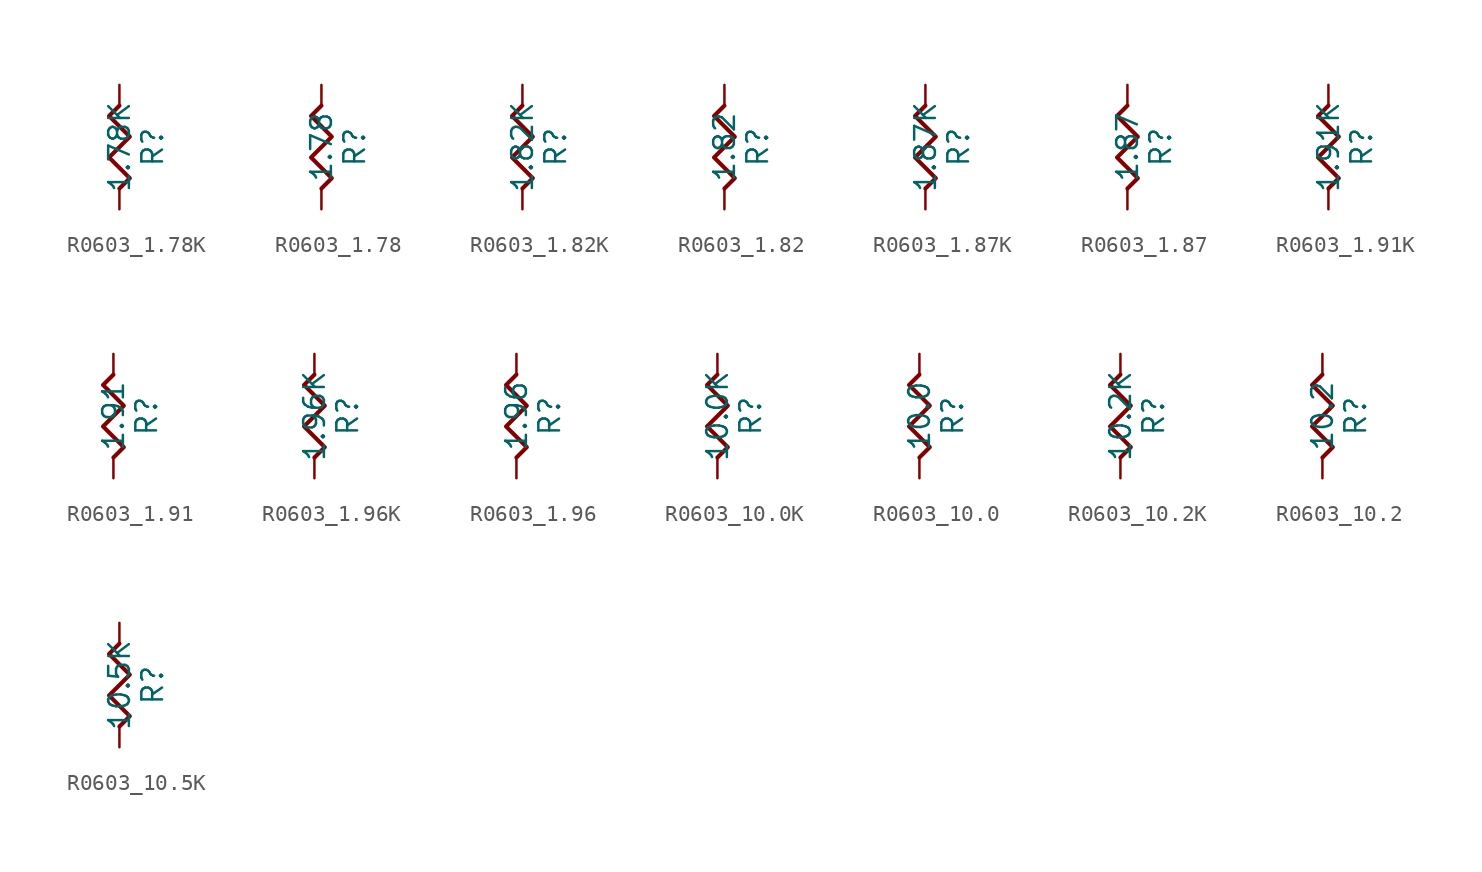
<source format=kicad_sym>
(kicad_symbol_lib
  (version 20211014)
  (generator atlantix-eda)
  (symbol "R0603_1.78K"
    (pin_numbers hide)
    (pin_names
      (offset 0))
    (property "Reference" "R"
      (at 2.032 0 90)
      (effects (font (size 1.27 1.27))))
    (property "Value" "1.78K"
      (at 0 0 90)
      (effects (font (size 1.27 1.27))))
    (symbol "R0603_1.78K_0_1"
      (polyline (pts (xy 0 -2.54) (xy 0.635 -1.905) (xy -0.635 -0.635) (xy 0.635 0.635) (xy -0.635 1.905) (xy 0 2.54)) (stroke (width 0.254) (type default) (color 0 0 0 0)) (fill (type none))))
    (symbol "R0603_1.78K_1_1"
      (pin passive line (at 0 3.81 270) (length 1.27) (name "~" (effects (font (size 1.27 1.27)))) (number "1" (effects (font (size 1.27 1.27)))))
      (pin passive line (at 0 -3.81 90) (length 1.27) (name "~" (effects (font (size 1.27 1.27)))) (number "2" (effects (font (size 1.27 1.27)))))))
  (symbol "R0603_1.78"
    (pin_numbers hide)
    (pin_names
      (offset 0))
    (property "Reference" "R"
      (at 2.032 0 90)
      (effects (font (size 1.27 1.27))))
    (property "Value" "1.78"
      (at 0 0 90)
      (effects (font (size 1.27 1.27))))
    (symbol "R0603_1.78_0_1"
      (polyline (pts (xy 0 -2.54) (xy 0.635 -1.905) (xy -0.635 -0.635) (xy 0.635 0.635) (xy -0.635 1.905) (xy 0 2.54)) (stroke (width 0.254) (type default) (color 0 0 0 0)) (fill (type none))))
    (symbol "R0603_1.78_1_1"
      (pin passive line (at 0 3.81 270) (length 1.27) (name "~" (effects (font (size 1.27 1.27)))) (number "1" (effects (font (size 1.27 1.27)))))
      (pin passive line (at 0 -3.81 90) (length 1.27) (name "~" (effects (font (size 1.27 1.27)))) (number "2" (effects (font (size 1.27 1.27)))))))
  (symbol "R0603_1.82K"
    (pin_numbers hide)
    (pin_names
      (offset 0))
    (property "Reference" "R"
      (at 2.032 0 90)
      (effects (font (size 1.27 1.27))))
    (property "Value" "1.82K"
      (at 0 0 90)
      (effects (font (size 1.27 1.27))))
    (symbol "R0603_1.82K_0_1"
      (polyline (pts (xy 0 -2.54) (xy 0.635 -1.905) (xy -0.635 -0.635) (xy 0.635 0.635) (xy -0.635 1.905) (xy 0 2.54)) (stroke (width 0.254) (type default) (color 0 0 0 0)) (fill (type none))))
    (symbol "R0603_1.82K_1_1"
      (pin passive line (at 0 3.81 270) (length 1.27) (name "~" (effects (font (size 1.27 1.27)))) (number "1" (effects (font (size 1.27 1.27)))))
      (pin passive line (at 0 -3.81 90) (length 1.27) (name "~" (effects (font (size 1.27 1.27)))) (number "2" (effects (font (size 1.27 1.27)))))))
  (symbol "R0603_1.82"
    (pin_numbers hide)
    (pin_names
      (offset 0))
    (property "Reference" "R"
      (at 2.032 0 90)
      (effects (font (size 1.27 1.27))))
    (property "Value" "1.82"
      (at 0 0 90)
      (effects (font (size 1.27 1.27))))
    (symbol "R0603_1.82_0_1"
      (polyline (pts (xy 0 -2.54) (xy 0.635 -1.905) (xy -0.635 -0.635) (xy 0.635 0.635) (xy -0.635 1.905) (xy 0 2.54)) (stroke (width 0.254) (type default) (color 0 0 0 0)) (fill (type none))))
    (symbol "R0603_1.82_1_1"
      (pin passive line (at 0 3.81 270) (length 1.27) (name "~" (effects (font (size 1.27 1.27)))) (number "1" (effects (font (size 1.27 1.27)))))
      (pin passive line (at 0 -3.81 90) (length 1.27) (name "~" (effects (font (size 1.27 1.27)))) (number "2" (effects (font (size 1.27 1.27)))))))
  (symbol "R0603_1.87K"
    (pin_numbers hide)
    (pin_names
      (offset 0))
    (property "Reference" "R"
      (at 2.032 0 90)
      (effects (font (size 1.27 1.27))))
    (property "Value" "1.87K"
      (at 0 0 90)
      (effects (font (size 1.27 1.27))))
    (symbol "R0603_1.87K_0_1"
      (polyline (pts (xy 0 -2.54) (xy 0.635 -1.905) (xy -0.635 -0.635) (xy 0.635 0.635) (xy -0.635 1.905) (xy 0 2.54)) (stroke (width 0.254) (type default) (color 0 0 0 0)) (fill (type none))))
    (symbol "R0603_1.87K_1_1"
      (pin passive line (at 0 3.81 270) (length 1.27) (name "~" (effects (font (size 1.27 1.27)))) (number "1" (effects (font (size 1.27 1.27)))))
      (pin passive line (at 0 -3.81 90) (length 1.27) (name "~" (effects (font (size 1.27 1.27)))) (number "2" (effects (font (size 1.27 1.27)))))))
  (symbol "R0603_1.87"
    (pin_numbers hide)
    (pin_names
      (offset 0))
    (property "Reference" "R"
      (at 2.032 0 90)
      (effects (font (size 1.27 1.27))))
    (property "Value" "1.87"
      (at 0 0 90)
      (effects (font (size 1.27 1.27))))
    (symbol "R0603_1.87_0_1"
      (polyline (pts (xy 0 -2.54) (xy 0.635 -1.905) (xy -0.635 -0.635) (xy 0.635 0.635) (xy -0.635 1.905) (xy 0 2.54)) (stroke (width 0.254) (type default) (color 0 0 0 0)) (fill (type none))))
    (symbol "R0603_1.87_1_1"
      (pin passive line (at 0 3.81 270) (length 1.27) (name "~" (effects (font (size 1.27 1.27)))) (number "1" (effects (font (size 1.27 1.27)))))
      (pin passive line (at 0 -3.81 90) (length 1.27) (name "~" (effects (font (size 1.27 1.27)))) (number "2" (effects (font (size 1.27 1.27)))))))
  (symbol "R0603_1.91K"
    (pin_numbers hide)
    (pin_names
      (offset 0))
    (property "Reference" "R"
      (at 2.032 0 90)
      (effects (font (size 1.27 1.27))))
    (property "Value" "1.91K"
      (at 0 0 90)
      (effects (font (size 1.27 1.27))))
    (symbol "R0603_1.91K_0_1"
      (polyline (pts (xy 0 -2.54) (xy 0.635 -1.905) (xy -0.635 -0.635) (xy 0.635 0.635) (xy -0.635 1.905) (xy 0 2.54)) (stroke (width 0.254) (type default) (color 0 0 0 0)) (fill (type none))))
    (symbol "R0603_1.91K_1_1"
      (pin passive line (at 0 3.81 270) (length 1.27) (name "~" (effects (font (size 1.27 1.27)))) (number "1" (effects (font (size 1.27 1.27)))))
      (pin passive line (at 0 -3.81 90) (length 1.27) (name "~" (effects (font (size 1.27 1.27)))) (number "2" (effects (font (size 1.27 1.27)))))))
  (symbol "R0603_1.91"
    (pin_numbers hide)
    (pin_names
      (offset 0))
    (property "Reference" "R"
      (at 2.032 0 90)
      (effects (font (size 1.27 1.27))))
    (property "Value" "1.91"
      (at 0 0 90)
      (effects (font (size 1.27 1.27))))
    (symbol "R0603_1.91_0_1"
      (polyline (pts (xy 0 -2.54) (xy 0.635 -1.905) (xy -0.635 -0.635) (xy 0.635 0.635) (xy -0.635 1.905) (xy 0 2.54)) (stroke (width 0.254) (type default) (color 0 0 0 0)) (fill (type none))))
    (symbol "R0603_1.91_1_1"
      (pin passive line (at 0 3.81 270) (length 1.27) (name "~" (effects (font (size 1.27 1.27)))) (number "1" (effects (font (size 1.27 1.27)))))
      (pin passive line (at 0 -3.81 90) (length 1.27) (name "~" (effects (font (size 1.27 1.27)))) (number "2" (effects (font (size 1.27 1.27)))))))
  (symbol "R0603_1.96K"
    (pin_numbers hide)
    (pin_names
      (offset 0))
    (property "Reference" "R"
      (at 2.032 0 90)
      (effects (font (size 1.27 1.27))))
    (property "Value" "1.96K"
      (at 0 0 90)
      (effects (font (size 1.27 1.27))))
    (symbol "R0603_1.96K_0_1"
      (polyline (pts (xy 0 -2.54) (xy 0.635 -1.905) (xy -0.635 -0.635) (xy 0.635 0.635) (xy -0.635 1.905) (xy 0 2.54)) (stroke (width 0.254) (type default) (color 0 0 0 0)) (fill (type none))))
    (symbol "R0603_1.96K_1_1"
      (pin passive line (at 0 3.81 270) (length 1.27) (name "~" (effects (font (size 1.27 1.27)))) (number "1" (effects (font (size 1.27 1.27)))))
      (pin passive line (at 0 -3.81 90) (length 1.27) (name "~" (effects (font (size 1.27 1.27)))) (number "2" (effects (font (size 1.27 1.27)))))))
  (symbol "R0603_1.96"
    (pin_numbers hide)
    (pin_names
      (offset 0))
    (property "Reference" "R"
      (at 2.032 0 90)
      (effects (font (size 1.27 1.27))))
    (property "Value" "1.96"
      (at 0 0 90)
      (effects (font (size 1.27 1.27))))
    (symbol "R0603_1.96_0_1"
      (polyline (pts (xy 0 -2.54) (xy 0.635 -1.905) (xy -0.635 -0.635) (xy 0.635 0.635) (xy -0.635 1.905) (xy 0 2.54)) (stroke (width 0.254) (type default) (color 0 0 0 0)) (fill (type none))))
    (symbol "R0603_1.96_1_1"
      (pin passive line (at 0 3.81 270) (length 1.27) (name "~" (effects (font (size 1.27 1.27)))) (number "1" (effects (font (size 1.27 1.27)))))
      (pin passive line (at 0 -3.81 90) (length 1.27) (name "~" (effects (font (size 1.27 1.27)))) (number "2" (effects (font (size 1.27 1.27)))))))
  (symbol "R0603_10.0K"
    (pin_numbers hide)
    (pin_names
      (offset 0))
    (property "Reference" "R"
      (at 2.032 0 90)
      (effects (font (size 1.27 1.27))))
    (property "Value" "10.0K"
      (at 0 0 90)
      (effects (font (size 1.27 1.27))))
    (symbol "R0603_10.0K_0_1"
      (polyline (pts (xy 0 -2.54) (xy 0.635 -1.905) (xy -0.635 -0.635) (xy 0.635 0.635) (xy -0.635 1.905) (xy 0 2.54)) (stroke (width 0.254) (type default) (color 0 0 0 0)) (fill (type none))))
    (symbol "R0603_10.0K_1_1"
      (pin passive line (at 0 3.81 270) (length 1.27) (name "~" (effects (font (size 1.27 1.27)))) (number "1" (effects (font (size 1.27 1.27)))))
      (pin passive line (at 0 -3.81 90) (length 1.27) (name "~" (effects (font (size 1.27 1.27)))) (number "2" (effects (font (size 1.27 1.27)))))))
  (symbol "R0603_10.0"
    (pin_numbers hide)
    (pin_names
      (offset 0))
    (property "Reference" "R"
      (at 2.032 0 90)
      (effects (font (size 1.27 1.27))))
    (property "Value" "10.0"
      (at 0 0 90)
      (effects (font (size 1.27 1.27))))
    (symbol "R0603_10.0_0_1"
      (polyline (pts (xy 0 -2.54) (xy 0.635 -1.905) (xy -0.635 -0.635) (xy 0.635 0.635) (xy -0.635 1.905) (xy 0 2.54)) (stroke (width 0.254) (type default) (color 0 0 0 0)) (fill (type none))))
    (symbol "R0603_10.0_1_1"
      (pin passive line (at 0 3.81 270) (length 1.27) (name "~" (effects (font (size 1.27 1.27)))) (number "1" (effects (font (size 1.27 1.27)))))
      (pin passive line (at 0 -3.81 90) (length 1.27) (name "~" (effects (font (size 1.27 1.27)))) (number "2" (effects (font (size 1.27 1.27)))))))
  (symbol "R0603_10.2K"
    (pin_numbers hide)
    (pin_names
      (offset 0))
    (property "Reference" "R"
      (at 2.032 0 90)
      (effects (font (size 1.27 1.27))))
    (property "Value" "10.2K"
      (at 0 0 90)
      (effects (font (size 1.27 1.27))))
    (symbol "R0603_10.2K_0_1"
      (polyline (pts (xy 0 -2.54) (xy 0.635 -1.905) (xy -0.635 -0.635) (xy 0.635 0.635) (xy -0.635 1.905) (xy 0 2.54)) (stroke (width 0.254) (type default) (color 0 0 0 0)) (fill (type none))))
    (symbol "R0603_10.2K_1_1"
      (pin passive line (at 0 3.81 270) (length 1.27) (name "~" (effects (font (size 1.27 1.27)))) (number "1" (effects (font (size 1.27 1.27)))))
      (pin passive line (at 0 -3.81 90) (length 1.27) (name "~" (effects (font (size 1.27 1.27)))) (number "2" (effects (font (size 1.27 1.27)))))))
  (symbol "R0603_10.2"
    (pin_numbers hide)
    (pin_names
      (offset 0))
    (property "Reference" "R"
      (at 2.032 0 90)
      (effects (font (size 1.27 1.27))))
    (property "Value" "10.2"
      (at 0 0 90)
      (effects (font (size 1.27 1.27))))
    (symbol "R0603_10.2_0_1"
      (polyline (pts (xy 0 -2.54) (xy 0.635 -1.905) (xy -0.635 -0.635) (xy 0.635 0.635) (xy -0.635 1.905) (xy 0 2.54)) (stroke (width 0.254) (type default) (color 0 0 0 0)) (fill (type none))))
    (symbol "R0603_10.2_1_1"
      (pin passive line (at 0 3.81 270) (length 1.27) (name "~" (effects (font (size 1.27 1.27)))) (number "1" (effects (font (size 1.27 1.27)))))
      (pin passive line (at 0 -3.81 90) (length 1.27) (name "~" (effects (font (size 1.27 1.27)))) (number "2" (effects (font (size 1.27 1.27)))))))
  (symbol "R0603_10.5K"
    (pin_numbers hide)
    (pin_names
      (offset 0))
    (property "Reference" "R"
      (at 2.032 0 90)
      (effects (font (size 1.27 1.27))))
    (property "Value" "10.5K"
      (at 0 0 90)
      (effects (font (size 1.27 1.27))))
    (symbol "R0603_10.5K_0_1"
      (polyline (pts (xy 0 -2.54) (xy 0.635 -1.905) (xy -0.635 -0.635) (xy 0.635 0.635) (xy -0.635 1.905) (xy 0 2.54)) (stroke (width 0.254) (type default) (color 0 0 0 0)) (fill (type none))))
    (symbol "R0603_10.5K_1_1"
      (pin passive line (at 0 3.81 270) (length 1.27) (name "~" (effects (font (size 1.27 1.27)))) (number "1" (effects (font (size 1.27 1.27)))))
      (pin passive line (at 0 -3.81 90) (length 1.27) (name "~" (effects (font (size 1.27 1.27)))) (number "2" (effects (font (size 1.27 1.27))))))))
</source>
